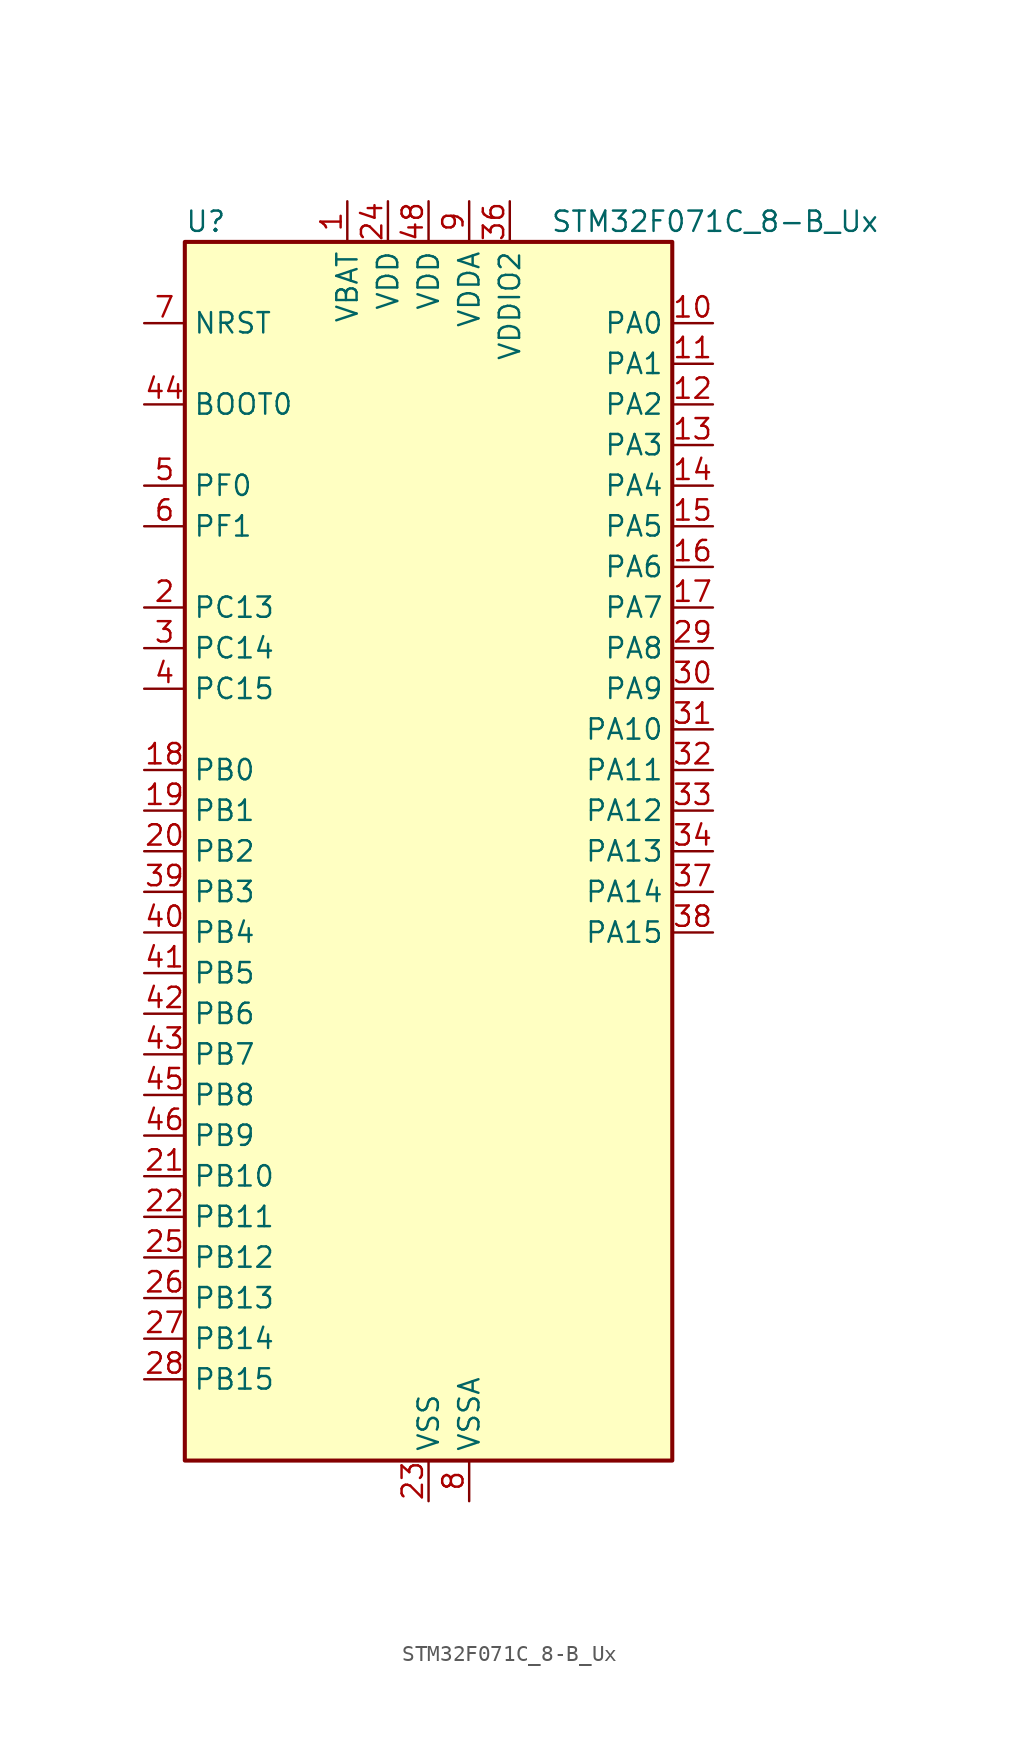
<source format=kicad_sym>
(kicad_symbol_lib
  (version 20241209)
  (generator "kicad_symbol_editor")
  (generator_version "9.0")
  (symbol "STM32F071C_8-B_Ux"
    (property "Reference" "U"
      (at -15.24 39.37 0)
      (effects (font (size 1.27 1.27)) (justify left)))
    (property "Value" "STM32F071C_8-B_Ux"
      (at 7.62 39.37 0)
      (effects (font (size 1.27 1.27)) (justify left)))
    (symbol "STM32F071C_8-B_Ux_0_1"
      (rectangle (start -15.24 -38.1) (end 15.24 38.1) (stroke (width 0.254) (type default)) (fill (type background))))
    (symbol "STM32F071C_8-B_Ux_1_1"
      (pin input line (at -17.78 33.02 0) (length 2.54) (name "NRST" (effects (font (size 1.27 1.27)))) (number "7" (effects (font (size 1.27 1.27)))))
      (pin input line (at -17.78 27.94 0) (length 2.54) (name "BOOT0" (effects (font (size 1.27 1.27)))) (number "44" (effects (font (size 1.27 1.27)))))
      (pin bidirectional line (at -17.78 22.86 0) (length 2.54) (name "PF0" (effects (font (size 1.27 1.27)))) (number "5" (effects (font (size 1.27 1.27)))) (alternate "CRS_SYNC" bidirectional line) (alternate "RCC_OSC_IN" bidirectional line))
      (pin bidirectional line (at -17.78 20.32 0) (length 2.54) (name "PF1" (effects (font (size 1.27 1.27)))) (number "6" (effects (font (size 1.27 1.27)))) (alternate "RCC_OSC_OUT" bidirectional line))
      (pin bidirectional line (at -17.78 15.24 0) (length 2.54) (name "PC13" (effects (font (size 1.27 1.27)))) (number "2" (effects (font (size 1.27 1.27)))) (alternate "RTC_OUT_ALARM" bidirectional line) (alternate "RTC_OUT_CALIB" bidirectional line) (alternate "RTC_TAMP1" bidirectional line) (alternate "RTC_TS" bidirectional line) (alternate "SYS_WKUP2" bidirectional line))
      (pin bidirectional line (at -17.78 12.7 0) (length 2.54) (name "PC14" (effects (font (size 1.27 1.27)))) (number "3" (effects (font (size 1.27 1.27)))) (alternate "RCC_OSC32_IN" bidirectional line))
      (pin bidirectional line (at -17.78 10.16 0) (length 2.54) (name "PC15" (effects (font (size 1.27 1.27)))) (number "4" (effects (font (size 1.27 1.27)))) (alternate "RCC_OSC32_OUT" bidirectional line))
      (pin bidirectional line (at -17.78 5.08 0) (length 2.54) (name "PB0" (effects (font (size 1.27 1.27)))) (number "18" (effects (font (size 1.27 1.27)))) (alternate "ADC_IN8" bidirectional line) (alternate "TIM1_CH2N" bidirectional line) (alternate "TIM3_CH3" bidirectional line) (alternate "TSC_G3_IO2" bidirectional line) (alternate "USART3_CK" bidirectional line))
      (pin bidirectional line (at -17.78 2.54 0) (length 2.54) (name "PB1" (effects (font (size 1.27 1.27)))) (number "19" (effects (font (size 1.27 1.27)))) (alternate "ADC_IN9" bidirectional line) (alternate "TIM14_CH1" bidirectional line) (alternate "TIM1_CH3N" bidirectional line) (alternate "TIM3_CH4" bidirectional line) (alternate "TSC_G3_IO3" bidirectional line) (alternate "USART3_DE" bidirectional line) (alternate "USART3_RTS" bidirectional line))
      (pin bidirectional line (at -17.78 0 0) (length 2.54) (name "PB2" (effects (font (size 1.27 1.27)))) (number "20" (effects (font (size 1.27 1.27)))) (alternate "TSC_G3_IO4" bidirectional line))
      (pin bidirectional line (at -17.78 -2.54 0) (length 2.54) (name "PB3" (effects (font (size 1.27 1.27)))) (number "39" (effects (font (size 1.27 1.27)))) (alternate "I2S1_CK" bidirectional line) (alternate "SPI1_SCK" bidirectional line) (alternate "TIM2_CH2" bidirectional line) (alternate "TSC_G5_IO1" bidirectional line))
      (pin bidirectional line (at -17.78 -5.08 0) (length 2.54) (name "PB4" (effects (font (size 1.27 1.27)))) (number "40" (effects (font (size 1.27 1.27)))) (alternate "I2S1_MCK" bidirectional line) (alternate "SPI1_MISO" bidirectional line) (alternate "TIM17_BKIN" bidirectional line) (alternate "TIM3_CH1" bidirectional line) (alternate "TSC_G5_IO2" bidirectional line))
      (pin bidirectional line (at -17.78 -7.62 0) (length 2.54) (name "PB5" (effects (font (size 1.27 1.27)))) (number "41" (effects (font (size 1.27 1.27)))) (alternate "I2C1_SMBA" bidirectional line) (alternate "I2S1_SD" bidirectional line) (alternate "SPI1_MOSI" bidirectional line) (alternate "SYS_WKUP6" bidirectional line) (alternate "TIM16_BKIN" bidirectional line) (alternate "TIM3_CH2" bidirectional line))
      (pin bidirectional line (at -17.78 -10.16 0) (length 2.54) (name "PB6" (effects (font (size 1.27 1.27)))) (number "42" (effects (font (size 1.27 1.27)))) (alternate "I2C1_SCL" bidirectional line) (alternate "TIM16_CH1N" bidirectional line) (alternate "TSC_G5_IO3" bidirectional line) (alternate "USART1_TX" bidirectional line))
      (pin bidirectional line (at -17.78 -12.7 0) (length 2.54) (name "PB7" (effects (font (size 1.27 1.27)))) (number "43" (effects (font (size 1.27 1.27)))) (alternate "I2C1_SDA" bidirectional line) (alternate "TIM17_CH1N" bidirectional line) (alternate "TSC_G5_IO4" bidirectional line) (alternate "USART1_RX" bidirectional line) (alternate "USART4_CTS" bidirectional line))
      (pin bidirectional line (at -17.78 -15.24 0) (length 2.54) (name "PB8" (effects (font (size 1.27 1.27)))) (number "45" (effects (font (size 1.27 1.27)))) (alternate "CEC" bidirectional line) (alternate "I2C1_SCL" bidirectional line) (alternate "TIM16_CH1" bidirectional line) (alternate "TSC_SYNC" bidirectional line))
      (pin bidirectional line (at -17.78 -17.78 0) (length 2.54) (name "PB9" (effects (font (size 1.27 1.27)))) (number "46" (effects (font (size 1.27 1.27)))) (alternate "DAC_EXTI9" bidirectional line) (alternate "I2C1_SDA" bidirectional line) (alternate "I2S2_WS" bidirectional line) (alternate "IR_OUT" bidirectional line) (alternate "SPI2_NSS" bidirectional line) (alternate "TIM17_CH1" bidirectional line))
      (pin bidirectional line (at -17.78 -20.32 0) (length 2.54) (name "PB10" (effects (font (size 1.27 1.27)))) (number "21" (effects (font (size 1.27 1.27)))) (alternate "CEC" bidirectional line) (alternate "I2C2_SCL" bidirectional line) (alternate "I2S2_CK" bidirectional line) (alternate "SPI2_SCK" bidirectional line) (alternate "TIM2_CH3" bidirectional line) (alternate "TSC_SYNC" bidirectional line) (alternate "USART3_TX" bidirectional line))
      (pin bidirectional line (at -17.78 -22.86 0) (length 2.54) (name "PB11" (effects (font (size 1.27 1.27)))) (number "22" (effects (font (size 1.27 1.27)))) (alternate "I2C2_SDA" bidirectional line) (alternate "TIM2_CH4" bidirectional line) (alternate "TSC_G6_IO1" bidirectional line) (alternate "USART3_RX" bidirectional line))
      (pin bidirectional line (at -17.78 -25.4 0) (length 2.54) (name "PB12" (effects (font (size 1.27 1.27)))) (number "25" (effects (font (size 1.27 1.27)))) (alternate "I2S2_WS" bidirectional line) (alternate "SPI2_NSS" bidirectional line) (alternate "TIM15_BKIN" bidirectional line) (alternate "TIM1_BKIN" bidirectional line) (alternate "TSC_G6_IO2" bidirectional line) (alternate "USART3_CK" bidirectional line))
      (pin bidirectional line (at -17.78 -27.94 0) (length 2.54) (name "PB13" (effects (font (size 1.27 1.27)))) (number "26" (effects (font (size 1.27 1.27)))) (alternate "I2C2_SCL" bidirectional line) (alternate "I2S2_CK" bidirectional line) (alternate "SPI2_SCK" bidirectional line) (alternate "TIM1_CH1N" bidirectional line) (alternate "TSC_G6_IO3" bidirectional line) (alternate "USART3_CTS" bidirectional line))
      (pin bidirectional line (at -17.78 -30.48 0) (length 2.54) (name "PB14" (effects (font (size 1.27 1.27)))) (number "27" (effects (font (size 1.27 1.27)))) (alternate "I2C2_SDA" bidirectional line) (alternate "I2S2_MCK" bidirectional line) (alternate "SPI2_MISO" bidirectional line) (alternate "TIM15_CH1" bidirectional line) (alternate "TIM1_CH2N" bidirectional line) (alternate "TSC_G6_IO4" bidirectional line) (alternate "USART3_DE" bidirectional line) (alternate "USART3_RTS" bidirectional line))
      (pin bidirectional line (at -17.78 -33.02 0) (length 2.54) (name "PB15" (effects (font (size 1.27 1.27)))) (number "28" (effects (font (size 1.27 1.27)))) (alternate "I2S2_SD" bidirectional line) (alternate "RTC_REFIN" bidirectional line) (alternate "SPI2_MOSI" bidirectional line) (alternate "SYS_WKUP7" bidirectional line) (alternate "TIM15_CH1N" bidirectional line) (alternate "TIM15_CH2" bidirectional line) (alternate "TIM1_CH3N" bidirectional line))
      (pin power_in line (at -5.08 40.64 270) (length 2.54) (name "VBAT" (effects (font (size 1.27 1.27)))) (number "1" (effects (font (size 1.27 1.27)))))
      (pin power_in line (at -2.54 40.64 270) (length 2.54) (name "VDD" (effects (font (size 1.27 1.27)))) (number "24" (effects (font (size 1.27 1.27)))))
      (pin power_in line (at 0 40.64 270) (length 2.54) (name "VDD" (effects (font (size 1.27 1.27)))) (number "48" (effects (font (size 1.27 1.27)))))
      (pin power_in line (at 0 -40.64 90) (length 2.54) (name "VSS" (effects (font (size 1.27 1.27)))) (number "23" (effects (font (size 1.27 1.27)))))
      (pin passive line (at 0 -40.64 90) (length 2.54) (hide yes) (name "VSS" (effects (font (size 1.27 1.27)))) (number "35" (effects (font (size 1.27 1.27)))))
      (pin passive line (at 0 -40.64 90) (length 2.54) (hide yes) (name "VSS" (effects (font (size 1.27 1.27)))) (number "47" (effects (font (size 1.27 1.27)))))
      (pin passive line (at 0 -40.64 90) (length 2.54) (hide yes) (name "VSS" (effects (font (size 1.27 1.27)))) (number "49" (effects (font (size 1.27 1.27)))))
      (pin power_in line (at 2.54 40.64 270) (length 2.54) (name "VDDA" (effects (font (size 1.27 1.27)))) (number "9" (effects (font (size 1.27 1.27)))))
      (pin power_in line (at 2.54 -40.64 90) (length 2.54) (name "VSSA" (effects (font (size 1.27 1.27)))) (number "8" (effects (font (size 1.27 1.27)))))
      (pin power_in line (at 5.08 40.64 270) (length 2.54) (name "VDDIO2" (effects (font (size 1.27 1.27)))) (number "36" (effects (font (size 1.27 1.27)))))
      (pin bidirectional line (at 17.78 33.02 180) (length 2.54) (name "PA0" (effects (font (size 1.27 1.27)))) (number "10" (effects (font (size 1.27 1.27)))) (alternate "ADC_IN0" bidirectional line) (alternate "COMP1_INM" bidirectional line) (alternate "COMP1_OUT" bidirectional line) (alternate "RTC_TAMP2" bidirectional line) (alternate "SYS_WKUP1" bidirectional line) (alternate "TIM2_CH1" bidirectional line) (alternate "TIM2_ETR" bidirectional line) (alternate "TSC_G1_IO1" bidirectional line) (alternate "USART2_CTS" bidirectional line) (alternate "USART4_TX" bidirectional line))
      (pin bidirectional line (at 17.78 30.48 180) (length 2.54) (name "PA1" (effects (font (size 1.27 1.27)))) (number "11" (effects (font (size 1.27 1.27)))) (alternate "ADC_IN1" bidirectional line) (alternate "COMP1_INP" bidirectional line) (alternate "TIM15_CH1N" bidirectional line) (alternate "TIM2_CH2" bidirectional line) (alternate "TSC_G1_IO2" bidirectional line) (alternate "USART2_DE" bidirectional line) (alternate "USART2_RTS" bidirectional line) (alternate "USART4_RX" bidirectional line))
      (pin bidirectional line (at 17.78 27.94 180) (length 2.54) (name "PA2" (effects (font (size 1.27 1.27)))) (number "12" (effects (font (size 1.27 1.27)))) (alternate "ADC_IN2" bidirectional line) (alternate "COMP2_INM" bidirectional line) (alternate "COMP2_OUT" bidirectional line) (alternate "SYS_WKUP4" bidirectional line) (alternate "TIM15_CH1" bidirectional line) (alternate "TIM2_CH3" bidirectional line) (alternate "TSC_G1_IO3" bidirectional line) (alternate "USART2_TX" bidirectional line))
      (pin bidirectional line (at 17.78 25.4 180) (length 2.54) (name "PA3" (effects (font (size 1.27 1.27)))) (number "13" (effects (font (size 1.27 1.27)))) (alternate "ADC_IN3" bidirectional line) (alternate "COMP2_INP" bidirectional line) (alternate "TIM15_CH2" bidirectional line) (alternate "TIM2_CH4" bidirectional line) (alternate "TSC_G1_IO4" bidirectional line) (alternate "USART2_RX" bidirectional line))
      (pin bidirectional line (at 17.78 22.86 180) (length 2.54) (name "PA4" (effects (font (size 1.27 1.27)))) (number "14" (effects (font (size 1.27 1.27)))) (alternate "ADC_IN4" bidirectional line) (alternate "COMP1_INM" bidirectional line) (alternate "COMP2_INM" bidirectional line) (alternate "DAC_OUT1" bidirectional line) (alternate "I2S1_WS" bidirectional line) (alternate "SPI1_NSS" bidirectional line) (alternate "TIM14_CH1" bidirectional line) (alternate "TSC_G2_IO1" bidirectional line) (alternate "USART2_CK" bidirectional line))
      (pin bidirectional line (at 17.78 20.32 180) (length 2.54) (name "PA5" (effects (font (size 1.27 1.27)))) (number "15" (effects (font (size 1.27 1.27)))) (alternate "ADC_IN5" bidirectional line) (alternate "CEC" bidirectional line) (alternate "COMP1_INM" bidirectional line) (alternate "COMP2_INM" bidirectional line) (alternate "DAC_OUT2" bidirectional line) (alternate "I2S1_CK" bidirectional line) (alternate "SPI1_SCK" bidirectional line) (alternate "TIM2_CH1" bidirectional line) (alternate "TIM2_ETR" bidirectional line) (alternate "TSC_G2_IO2" bidirectional line))
      (pin bidirectional line (at 17.78 17.78 180) (length 2.54) (name "PA6" (effects (font (size 1.27 1.27)))) (number "16" (effects (font (size 1.27 1.27)))) (alternate "ADC_IN6" bidirectional line) (alternate "COMP1_OUT" bidirectional line) (alternate "I2S1_MCK" bidirectional line) (alternate "SPI1_MISO" bidirectional line) (alternate "TIM16_CH1" bidirectional line) (alternate "TIM1_BKIN" bidirectional line) (alternate "TIM3_CH1" bidirectional line) (alternate "TSC_G2_IO3" bidirectional line) (alternate "USART3_CTS" bidirectional line))
      (pin bidirectional line (at 17.78 15.24 180) (length 2.54) (name "PA7" (effects (font (size 1.27 1.27)))) (number "17" (effects (font (size 1.27 1.27)))) (alternate "ADC_IN7" bidirectional line) (alternate "COMP2_OUT" bidirectional line) (alternate "I2S1_SD" bidirectional line) (alternate "SPI1_MOSI" bidirectional line) (alternate "TIM14_CH1" bidirectional line) (alternate "TIM17_CH1" bidirectional line) (alternate "TIM1_CH1N" bidirectional line) (alternate "TIM3_CH2" bidirectional line) (alternate "TSC_G2_IO4" bidirectional line))
      (pin bidirectional line (at 17.78 12.7 180) (length 2.54) (name "PA8" (effects (font (size 1.27 1.27)))) (number "29" (effects (font (size 1.27 1.27)))) (alternate "CRS_SYNC" bidirectional line) (alternate "RCC_MCO" bidirectional line) (alternate "TIM1_CH1" bidirectional line) (alternate "USART1_CK" bidirectional line))
      (pin bidirectional line (at 17.78 10.16 180) (length 2.54) (name "PA9" (effects (font (size 1.27 1.27)))) (number "30" (effects (font (size 1.27 1.27)))) (alternate "DAC_EXTI9" bidirectional line) (alternate "TIM15_BKIN" bidirectional line) (alternate "TIM1_CH2" bidirectional line) (alternate "TSC_G4_IO1" bidirectional line) (alternate "USART1_TX" bidirectional line))
      (pin bidirectional line (at 17.78 7.62 180) (length 2.54) (name "PA10" (effects (font (size 1.27 1.27)))) (number "31" (effects (font (size 1.27 1.27)))) (alternate "TIM17_BKIN" bidirectional line) (alternate "TIM1_CH3" bidirectional line) (alternate "TSC_G4_IO2" bidirectional line) (alternate "USART1_RX" bidirectional line))
      (pin bidirectional line (at 17.78 5.08 180) (length 2.54) (name "PA11" (effects (font (size 1.27 1.27)))) (number "32" (effects (font (size 1.27 1.27)))) (alternate "COMP1_OUT" bidirectional line) (alternate "TIM1_CH4" bidirectional line) (alternate "TSC_G4_IO3" bidirectional line) (alternate "USART1_CTS" bidirectional line))
      (pin bidirectional line (at 17.78 2.54 180) (length 2.54) (name "PA12" (effects (font (size 1.27 1.27)))) (number "33" (effects (font (size 1.27 1.27)))) (alternate "COMP2_OUT" bidirectional line) (alternate "TIM1_ETR" bidirectional line) (alternate "TSC_G4_IO4" bidirectional line) (alternate "USART1_DE" bidirectional line) (alternate "USART1_RTS" bidirectional line))
      (pin bidirectional line (at 17.78 0 180) (length 2.54) (name "PA13" (effects (font (size 1.27 1.27)))) (number "34" (effects (font (size 1.27 1.27)))) (alternate "IR_OUT" bidirectional line) (alternate "SYS_SWDIO" bidirectional line))
      (pin bidirectional line (at 17.78 -2.54 180) (length 2.54) (name "PA14" (effects (font (size 1.27 1.27)))) (number "37" (effects (font (size 1.27 1.27)))) (alternate "SYS_SWCLK" bidirectional line) (alternate "USART2_TX" bidirectional line))
      (pin bidirectional line (at 17.78 -5.08 180) (length 2.54) (name "PA15" (effects (font (size 1.27 1.27)))) (number "38" (effects (font (size 1.27 1.27)))) (alternate "I2S1_WS" bidirectional line) (alternate "SPI1_NSS" bidirectional line) (alternate "TIM2_CH1" bidirectional line) (alternate "TIM2_ETR" bidirectional line) (alternate "USART2_RX" bidirectional line) (alternate "USART4_DE" bidirectional line) (alternate "USART4_RTS" bidirectional line)))))
</source>
